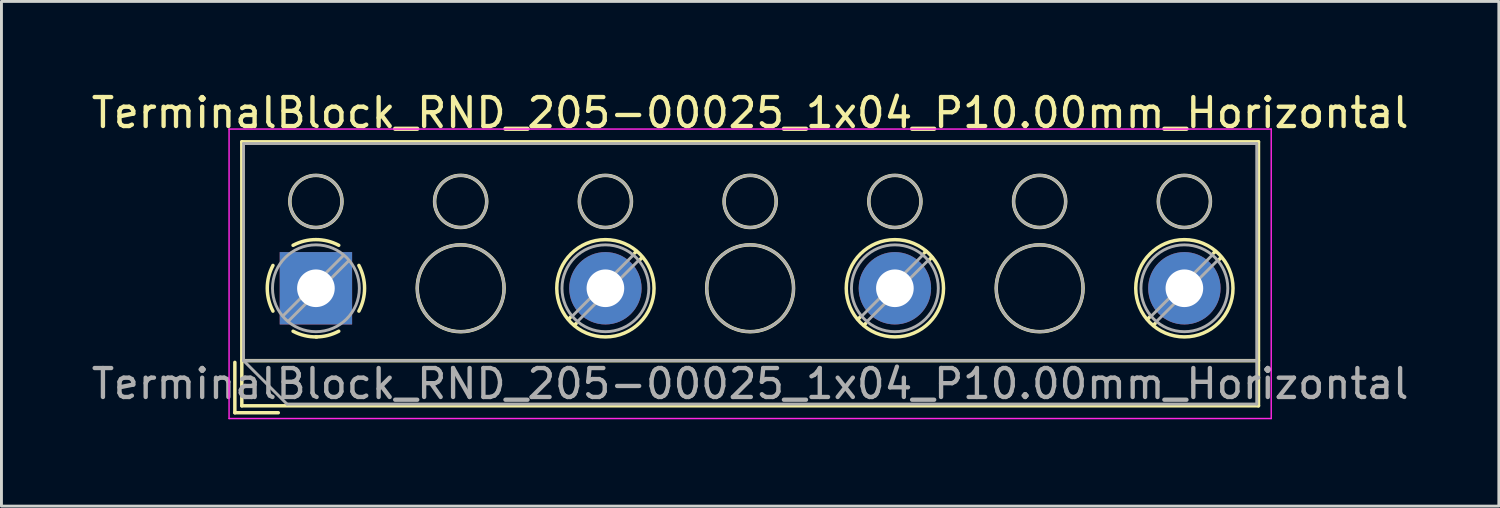
<source format=kicad_pcb>
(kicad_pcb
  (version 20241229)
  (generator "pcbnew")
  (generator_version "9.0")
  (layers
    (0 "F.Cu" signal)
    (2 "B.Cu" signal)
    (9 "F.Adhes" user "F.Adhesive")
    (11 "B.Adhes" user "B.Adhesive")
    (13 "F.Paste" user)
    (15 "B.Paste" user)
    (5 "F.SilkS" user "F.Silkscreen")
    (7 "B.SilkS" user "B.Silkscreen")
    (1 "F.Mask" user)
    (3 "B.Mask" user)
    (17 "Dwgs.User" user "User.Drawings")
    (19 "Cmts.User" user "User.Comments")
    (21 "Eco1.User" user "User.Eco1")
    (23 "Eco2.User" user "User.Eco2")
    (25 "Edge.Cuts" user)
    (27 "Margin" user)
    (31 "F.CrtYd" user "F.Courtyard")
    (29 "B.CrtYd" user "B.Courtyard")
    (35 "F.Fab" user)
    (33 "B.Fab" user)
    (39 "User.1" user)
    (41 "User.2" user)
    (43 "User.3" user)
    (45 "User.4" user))
  (footprint "TerminalBlock_RND_205-00025_1x04_P10.00mm_Horizontal"
    (layer "F.Cu")
    (at 7.863 6.908)
    (property "Reference" "TerminalBlock_RND_205-00025_1x04_P10.00mm_Horizontal" (at 15 -6.06 0) (layer "F.SilkS") (effects (font (size 1 1) (thickness 0.15))))
    (attr through_hole)
    (fp_line (start -2.8 2.56) (end -2.8 4.3) (stroke (width 0.12) (type solid)) (layer "F.SilkS"))
    (fp_line (start -2.8 4.3) (end -1.3 4.3) (stroke (width 0.12) (type solid)) (layer "F.SilkS"))
    (fp_line (start -2.56 -5.06) (end -2.56 4.06) (stroke (width 0.12) (type solid)) (layer "F.SilkS"))
    (fp_line (start -2.56 -5.06) (end 32.56 -5.06) (stroke (width 0.12) (type solid)) (layer "F.SilkS"))
    (fp_line (start -2.56 2.5) (end 32.56 2.5) (stroke (width 0.12) (type solid)) (layer "F.SilkS"))
    (fp_line (start -2.56 4.06) (end 32.56 4.06) (stroke (width 0.12) (type solid)) (layer "F.SilkS"))
    (fp_line (start 8.82 0.976) (end 8.726 1.069) (stroke (width 0.12) (type solid)) (layer "F.SilkS"))
    (fp_line (start 8.99 1.216) (end 8.931 1.274) (stroke (width 0.12) (type solid)) (layer "F.SilkS"))
    (fp_line (start 11.07 -1.275) (end 11.011 -1.216) (stroke (width 0.12) (type solid)) (layer "F.SilkS"))
    (fp_line (start 11.275 -1.069) (end 11.181 -0.976) (stroke (width 0.12) (type solid)) (layer "F.SilkS"))
    (fp_line (start 18.82 0.976) (end 18.726 1.069) (stroke (width 0.12) (type solid)) (layer "F.SilkS"))
    (fp_line (start 18.99 1.216) (end 18.931 1.274) (stroke (width 0.12) (type solid)) (layer "F.SilkS"))
    (fp_line (start 21.07 -1.275) (end 21.011 -1.216) (stroke (width 0.12) (type solid)) (layer "F.SilkS"))
    (fp_line (start 21.275 -1.069) (end 21.181 -0.976) (stroke (width 0.12) (type solid)) (layer "F.SilkS"))
    (fp_line (start 28.82 0.976) (end 28.726 1.069) (stroke (width 0.12) (type solid)) (layer "F.SilkS"))
    (fp_line (start 28.99 1.216) (end 28.931 1.274) (stroke (width 0.12) (type solid)) (layer "F.SilkS"))
    (fp_line (start 31.07 -1.275) (end 31.011 -1.216) (stroke (width 0.12) (type solid)) (layer "F.SilkS"))
    (fp_line (start 31.275 -1.069) (end 31.181 -0.976) (stroke (width 0.12) (type solid)) (layer "F.SilkS"))
    (fp_line (start 32.56 -5.06) (end 32.56 4.06) (stroke (width 0.12) (type solid)) (layer "F.SilkS"))
    (fp_arc (start -1.483953 0.789089) (mid -1.680708 0.00005) (end -1.484 -0.789) (stroke (width 0.12) (type solid)) (layer "F.SilkS"))
    (fp_arc (start -0.789089 -1.483953) (mid -0.00005 -1.680708) (end 0.789 -1.484) (stroke (width 0.12) (type solid)) (layer "F.SilkS"))
    (fp_arc (start 0.029383 1.68045) (mid -0.392304 1.634281) (end -0.789 1.484) (stroke (width 0.12) (type solid)) (layer "F.SilkS"))
    (fp_arc (start 0.788712 1.483352) (mid 0.406429 1.630097) (end 0 1.68) (stroke (width 0.12) (type solid)) (layer "F.SilkS"))
    (fp_arc (start 1.483953 -0.789089) (mid 1.680708 -0.00005) (end 1.484 0.789) (stroke (width 0.12) (type solid)) (layer "F.SilkS"))
    (fp_circle (center 0 -3) (end 0.9 -3) (stroke (width 0.12) (type solid)) (fill no) (layer "F.SilkS"))
    (fp_circle (center 5 -3) (end 5.9 -3) (stroke (width 0.12) (type solid)) (fill no) (layer "F.SilkS"))
    (fp_circle (center 5 0) (end 6.5 0) (stroke (width 0.12) (type solid)) (fill no) (layer "F.SilkS"))
    (fp_circle (center 10 -3) (end 10.9 -3) (stroke (width 0.12) (type solid)) (fill no) (layer "F.SilkS"))
    (fp_circle (center 10 0) (end 11.68 0) (stroke (width 0.12) (type solid)) (fill no) (layer "F.SilkS"))
    (fp_circle (center 15 -3) (end 15.9 -3) (stroke (width 0.12) (type solid)) (fill no) (layer "F.SilkS"))
    (fp_circle (center 15 0) (end 16.5 0) (stroke (width 0.12) (type solid)) (fill no) (layer "F.SilkS"))
    (fp_circle (center 20 -3) (end 20.9 -3) (stroke (width 0.12) (type solid)) (fill no) (layer "F.SilkS"))
    (fp_circle (center 20 0) (end 21.68 0) (stroke (width 0.12) (type solid)) (fill no) (layer "F.SilkS"))
    (fp_circle (center 25 -3) (end 25.9 -3) (stroke (width 0.12) (type solid)) (fill no) (layer "F.SilkS"))
    (fp_circle (center 25 0) (end 26.5 0) (stroke (width 0.12) (type solid)) (fill no) (layer "F.SilkS"))
    (fp_circle (center 30 -3) (end 30.9 -3) (stroke (width 0.12) (type solid)) (fill no) (layer "F.SilkS"))
    (fp_circle (center 30 0) (end 31.68 0) (stroke (width 0.12) (type solid)) (fill no) (layer "F.SilkS"))
    (fp_line (start -3 -5.5) (end -3 4.5) (stroke (width 0.05) (type solid)) (layer "F.CrtYd"))
    (fp_line (start -3 4.5) (end 33 4.5) (stroke (width 0.05) (type solid)) (layer "F.CrtYd"))
    (fp_line (start 33 -5.5) (end -3 -5.5) (stroke (width 0.05) (type solid)) (layer "F.CrtYd"))
    (fp_line (start 33 4.5) (end 33 -5.5) (stroke (width 0.05) (type solid)) (layer "F.CrtYd"))
    (fp_line (start -2.5 -5) (end 32.5 -5) (stroke (width 0.1) (type solid)) (layer "F.Fab"))
    (fp_line (start -2.5 2.5) (end -2.5 -5) (stroke (width 0.1) (type solid)) (layer "F.Fab"))
    (fp_line (start -2.5 2.5) (end 32.5 2.5) (stroke (width 0.1) (type solid)) (layer "F.Fab"))
    (fp_line (start -1 4) (end -2.5 2.5) (stroke (width 0.1) (type solid)) (layer "F.Fab"))
    (fp_line (start 0.955 -1.138) (end -1.138 0.955) (stroke (width 0.1) (type solid)) (layer "F.Fab"))
    (fp_line (start 1.138 -0.955) (end -0.955 1.138) (stroke (width 0.1) (type solid)) (layer "F.Fab"))
    (fp_line (start 10.955 -1.138) (end 8.863 0.955) (stroke (width 0.1) (type solid)) (layer "F.Fab"))
    (fp_line (start 11.138 -0.955) (end 9.046 1.138) (stroke (width 0.1) (type solid)) (layer "F.Fab"))
    (fp_line (start 20.955 -1.138) (end 18.863 0.955) (stroke (width 0.1) (type solid)) (layer "F.Fab"))
    (fp_line (start 21.138 -0.955) (end 19.046 1.138) (stroke (width 0.1) (type solid)) (layer "F.Fab"))
    (fp_line (start 30.955 -1.138) (end 28.863 0.955) (stroke (width 0.1) (type solid)) (layer "F.Fab"))
    (fp_line (start 31.138 -0.955) (end 29.046 1.138) (stroke (width 0.1) (type solid)) (layer "F.Fab"))
    (fp_line (start 32.5 -5) (end 32.5 4) (stroke (width 0.1) (type solid)) (layer "F.Fab"))
    (fp_line (start 32.5 4) (end -1 4) (stroke (width 0.1) (type solid)) (layer "F.Fab"))
    (fp_circle (center 0 -3) (end 0.9 -3) (stroke (width 0.1) (type solid)) (fill no) (layer "F.Fab"))
    (fp_circle (center 0 0) (end 1.5 0) (stroke (width 0.1) (type solid)) (fill no) (layer "F.Fab"))
    (fp_circle (center 5 -3) (end 5.9 -3) (stroke (width 0.1) (type solid)) (fill no) (layer "F.Fab"))
    (fp_circle (center 5 0) (end 6.5 0) (stroke (width 0.1) (type solid)) (fill no) (layer "F.Fab"))
    (fp_circle (center 10 -3) (end 10.9 -3) (stroke (width 0.1) (type solid)) (fill no) (layer "F.Fab"))
    (fp_circle (center 10 0) (end 11.5 0) (stroke (width 0.1) (type solid)) (fill no) (layer "F.Fab"))
    (fp_circle (center 15 -3) (end 15.9 -3) (stroke (width 0.1) (type solid)) (fill no) (layer "F.Fab"))
    (fp_circle (center 15 0) (end 16.5 0) (stroke (width 0.1) (type solid)) (fill no) (layer "F.Fab"))
    (fp_circle (center 20 -3) (end 20.9 -3) (stroke (width 0.1) (type solid)) (fill no) (layer "F.Fab"))
    (fp_circle (center 20 0) (end 21.5 0) (stroke (width 0.1) (type solid)) (fill no) (layer "F.Fab"))
    (fp_circle (center 25 -3) (end 25.9 -3) (stroke (width 0.1) (type solid)) (fill no) (layer "F.Fab"))
    (fp_circle (center 25 0) (end 26.5 0) (stroke (width 0.1) (type solid)) (fill no) (layer "F.Fab"))
    (fp_circle (center 30 -3) (end 30.9 -3) (stroke (width 0.1) (type solid)) (fill no) (layer "F.Fab"))
    (fp_circle (center 30 0) (end 31.5 0) (stroke (width 0.1) (type solid)) (fill no) (layer "F.Fab"))
    (fp_text user "${REFERENCE}" (at 15 3.3 0) (layer "F.Fab") (effects (font (size 1 1) (thickness 0.15))))
    (pad "1" thru_hole rect (at 0 0) (size 2.5 2.5) (drill 1.3) (layers "*.Cu" "*.Mask"))
    (pad "2" thru_hole circle (at 10 0) (size 2.5 2.5) (drill 1.3) (layers "*.Cu" "*.Mask"))
    (pad "3" thru_hole circle (at 20 0) (size 2.5 2.5) (drill 1.3) (layers "*.Cu" "*.Mask"))
    (pad "4" thru_hole circle (at 30 0) (size 2.5 2.5) (drill 1.3) (layers "*.Cu" "*.Mask")))
  (gr_rect
    (start -3 -3)
    (end 48.726 14.433)
    (stroke (width 0.1) (type default))
    (fill no)
    (layer "Edge.Cuts")))
</source>
